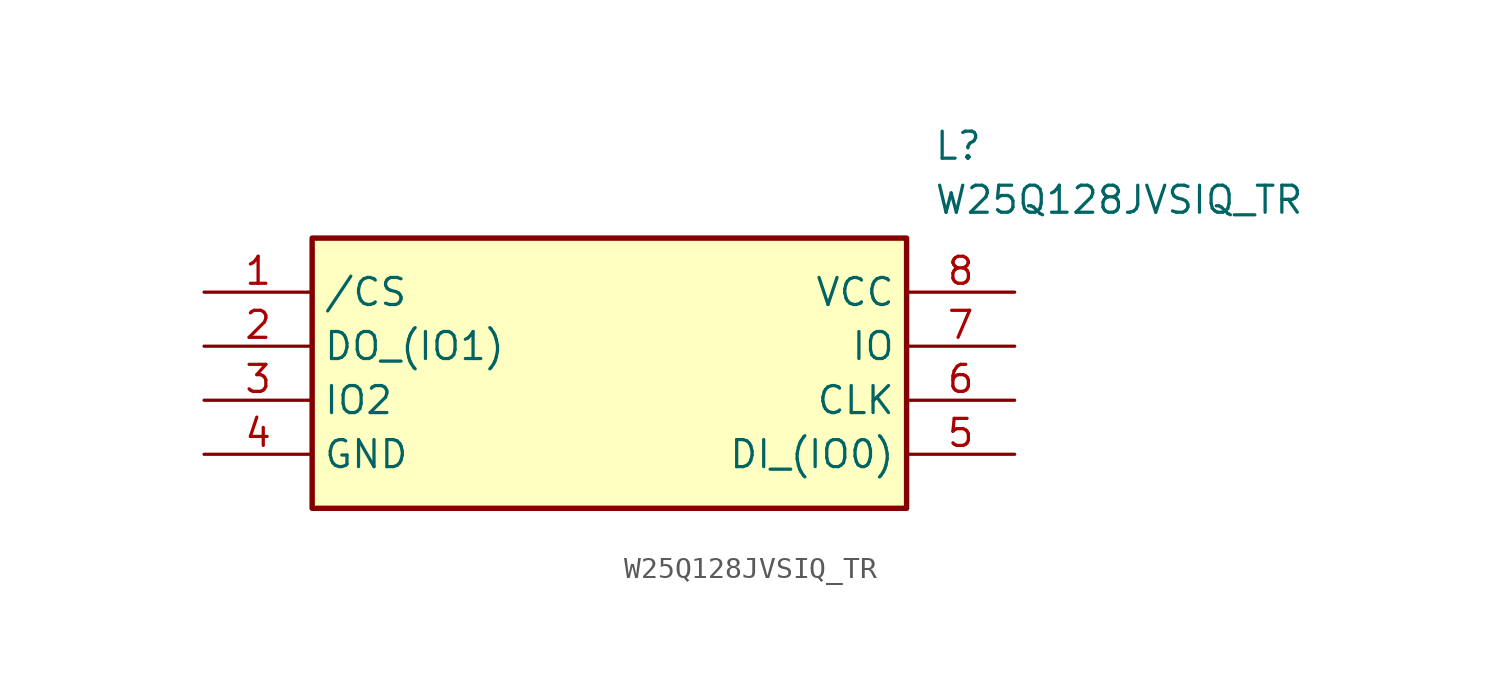
<source format=kicad_sym>
(kicad_symbol_lib
  (version 20211014)
  (generator SamacSys_ECAD_Model)
  (symbol "W25Q128JVSIQ_TR"
    (property "Reference" "L"
      (at 34.29 7.62 0)
      (effects (font (size 1.27 1.27)) (justify left top)))
    (property "Value" "W25Q128JVSIQ_TR"
      (at 34.29 5.08 0)
      (effects (font (size 1.27 1.27)) (justify left top)))
    (rectangle
      (start 5.08 2.54)
      (end 33.02 -10.16)
      (stroke (width 0.254) (type default))
      (fill (type background)))
    (pin passive line
      (at 0 0 0)
      (length 5.08)
      (name "/CS" (effects (font (size 1.27 1.27))))
      (number "1" (effects (font (size 1.27 1.27)))))
    (pin passive line
      (at 0 -2.54 0)
      (length 5.08)
      (name "DO_(IO1)" (effects (font (size 1.27 1.27))))
      (number "2" (effects (font (size 1.27 1.27)))))
    (pin passive line
      (at 0 -5.08 0)
      (length 5.08)
      (name "IO2" (effects (font (size 1.27 1.27))))
      (number "3" (effects (font (size 1.27 1.27)))))
    (pin passive line
      (at 0 -7.62 0)
      (length 5.08)
      (name "GND" (effects (font (size 1.27 1.27))))
      (number "4" (effects (font (size 1.27 1.27)))))
    (pin passive line
      (at 38.1 0 180)
      (length 5.08)
      (name "VCC" (effects (font (size 1.27 1.27))))
      (number "8" (effects (font (size 1.27 1.27)))))
    (pin passive line
      (at 38.1 -2.54 180)
      (length 5.08)
      (name "IO" (effects (font (size 1.27 1.27))))
      (number "7" (effects (font (size 1.27 1.27)))))
    (pin passive line
      (at 38.1 -5.08 180)
      (length 5.08)
      (name "CLK" (effects (font (size 1.27 1.27))))
      (number "6" (effects (font (size 1.27 1.27)))))
    (pin passive line
      (at 38.1 -7.62 180)
      (length 5.08)
      (name "DI_(IO0)" (effects (font (size 1.27 1.27))))
      (number "5" (effects (font (size 1.27 1.27)))))))
</source>
